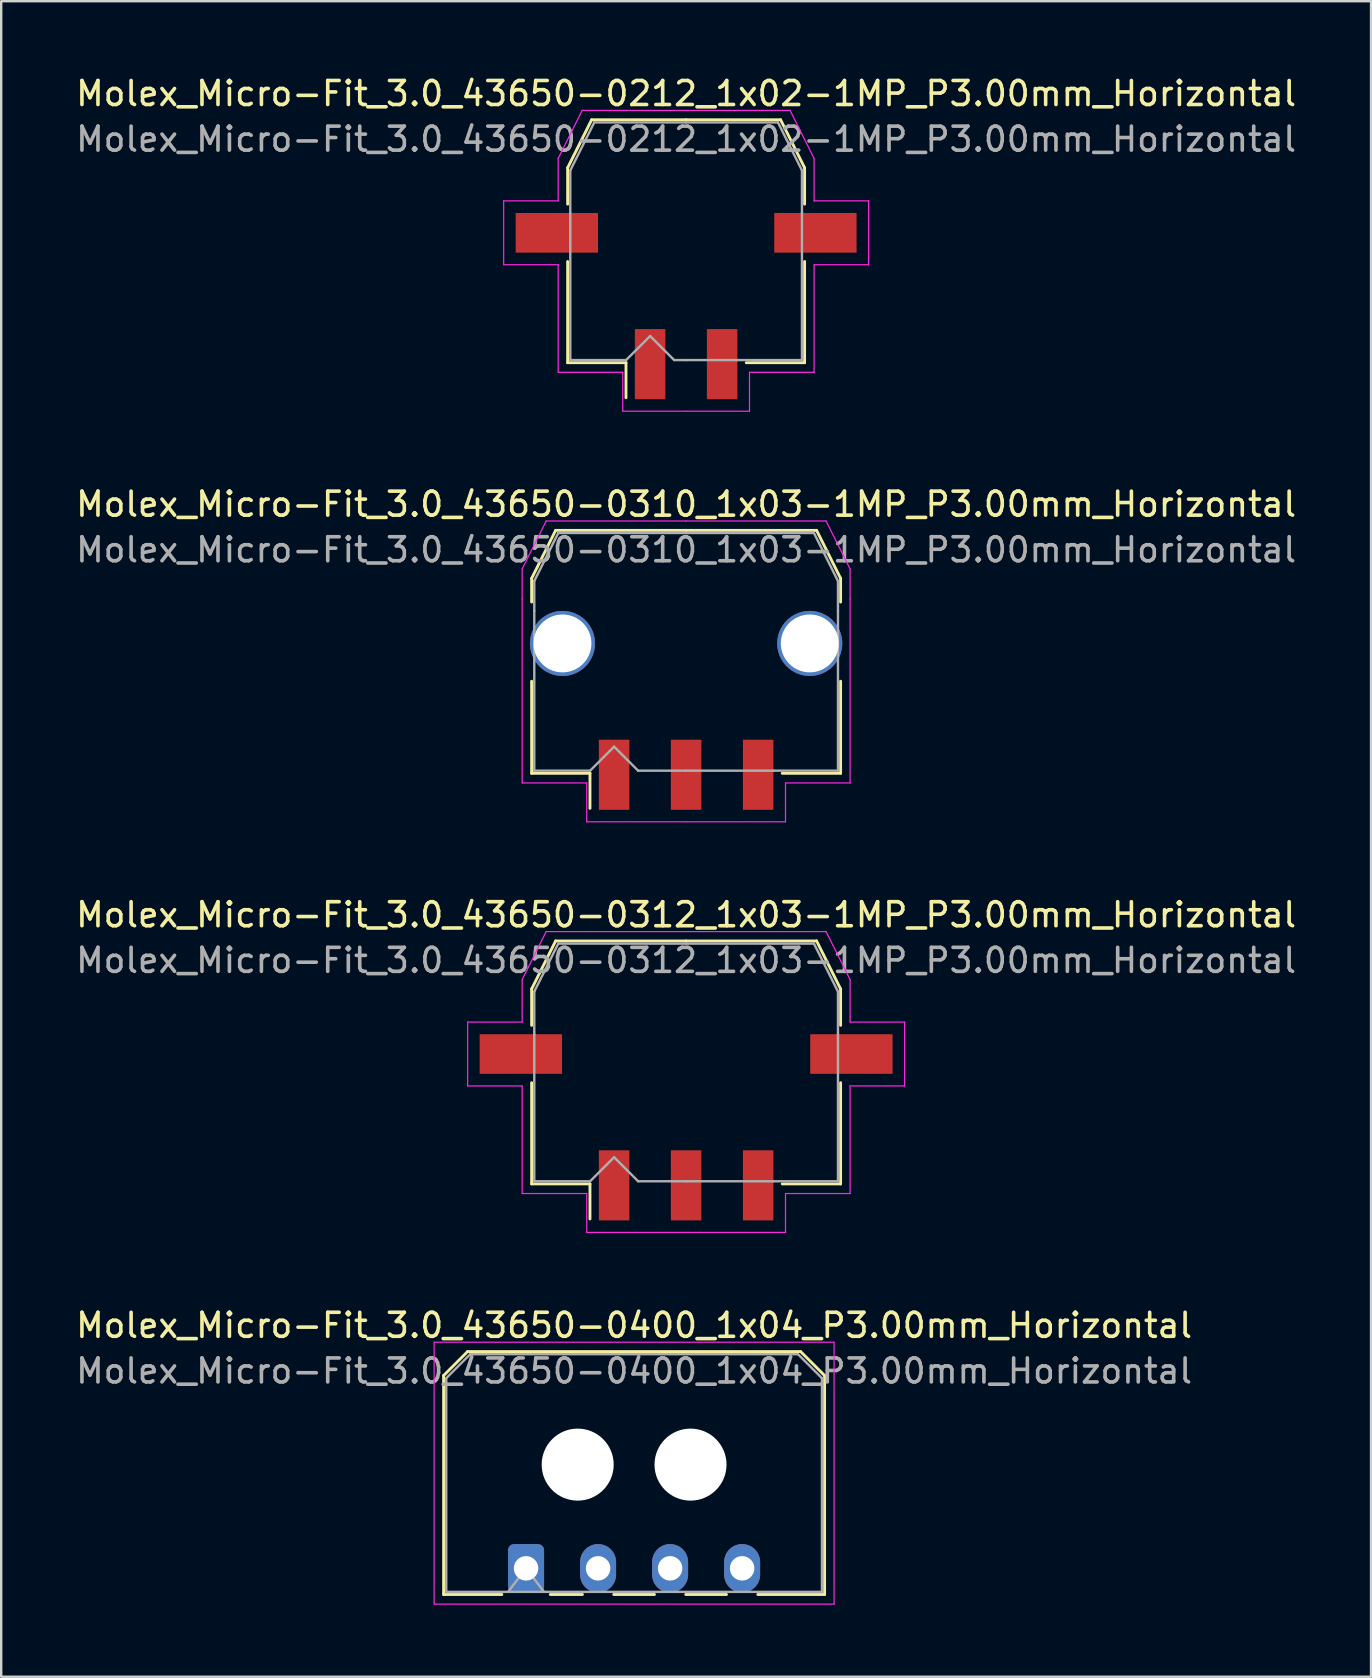
<source format=kicad_pcb>
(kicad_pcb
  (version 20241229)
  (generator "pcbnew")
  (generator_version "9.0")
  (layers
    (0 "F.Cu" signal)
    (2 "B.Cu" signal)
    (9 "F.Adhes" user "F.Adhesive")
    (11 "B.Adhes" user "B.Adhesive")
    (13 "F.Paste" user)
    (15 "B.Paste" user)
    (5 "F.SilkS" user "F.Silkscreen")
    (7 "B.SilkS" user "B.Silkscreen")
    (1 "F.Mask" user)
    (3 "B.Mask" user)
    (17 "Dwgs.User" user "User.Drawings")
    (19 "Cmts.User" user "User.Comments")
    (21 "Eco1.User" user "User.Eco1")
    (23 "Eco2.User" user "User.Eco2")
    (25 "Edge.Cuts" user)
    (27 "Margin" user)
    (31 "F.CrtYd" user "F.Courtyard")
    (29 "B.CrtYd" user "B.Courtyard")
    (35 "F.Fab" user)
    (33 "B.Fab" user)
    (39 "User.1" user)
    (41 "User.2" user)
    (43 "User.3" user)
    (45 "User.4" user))
  (footprint "Molex_Micro-Fit_3.0_43650-0310_1x03-1MP_P3.00mm_Horizontal"
    (layer "F.Cu")
    (at 25.53 24.102)
    (property "Reference" "Molex_Micro-Fit_3.0_43650-0310_1x03-1MP_P3.00mm_Horizontal" (at 0 -6.15 0) (layer "F.SilkS") (effects (font (size 1 1) (thickness 0.15))))
    (attr smd)
    (fp_line (start -6.435 -3.06) (end -6.435 -2.075) (stroke (width 0.12) (type solid)) (layer "F.SilkS"))
    (fp_line (start -6.435 1.225) (end -6.435 5.06) (stroke (width 0.12) (type solid)) (layer "F.SilkS"))
    (fp_line (start -6.435 5.06) (end -4.005 5.06) (stroke (width 0.12) (type solid)) (layer "F.SilkS"))
    (fp_line (start -5.435 -5.06) (end -6.435 -3.06) (stroke (width 0.12) (type solid)) (layer "F.SilkS"))
    (fp_line (start -4.005 5.06) (end -4.005 6.52) (stroke (width 0.12) (type solid)) (layer "F.SilkS"))
    (fp_line (start 0 -5.06) (end -5.435 -5.06) (stroke (width 0.12) (type solid)) (layer "F.SilkS"))
    (fp_line (start 0 -5.06) (end 5.435 -5.06) (stroke (width 0.12) (type solid)) (layer "F.SilkS"))
    (fp_line (start 5.435 -5.06) (end 6.435 -3.06) (stroke (width 0.12) (type solid)) (layer "F.SilkS"))
    (fp_line (start 6.435 -3.06) (end 6.435 -2.075) (stroke (width 0.12) (type solid)) (layer "F.SilkS"))
    (fp_line (start 6.435 1.225) (end 6.435 5.06) (stroke (width 0.12) (type solid)) (layer "F.SilkS"))
    (fp_line (start 6.435 5.06) (end 4.005 5.06) (stroke (width 0.12) (type solid)) (layer "F.SilkS"))
    (fp_line (start -6.83 -3.45) (end -6.83 -2.21) (stroke (width 0.05) (type solid)) (layer "F.CrtYd"))
    (fp_line (start -6.83 -2.21) (end -6.83 5.46) (stroke (width 0.05) (type solid)) (layer "F.CrtYd"))
    (fp_line (start -6.83 5.46) (end -4.14 5.46) (stroke (width 0.05) (type solid)) (layer "F.CrtYd"))
    (fp_line (start -5.83 -5.45) (end -6.83 -3.45) (stroke (width 0.05) (type solid)) (layer "F.CrtYd"))
    (fp_line (start -4.14 5.46) (end -4.14 7.08) (stroke (width 0.05) (type solid)) (layer "F.CrtYd"))
    (fp_line (start -4.14 7.08) (end 0 7.08) (stroke (width 0.05) (type solid)) (layer "F.CrtYd"))
    (fp_line (start 0 -5.45) (end -5.83 -5.45) (stroke (width 0.05) (type solid)) (layer "F.CrtYd"))
    (fp_line (start 0 -5.45) (end 5.83 -5.45) (stroke (width 0.05) (type solid)) (layer "F.CrtYd"))
    (fp_line (start 4.14 5.46) (end 4.14 7.08) (stroke (width 0.05) (type solid)) (layer "F.CrtYd"))
    (fp_line (start 4.14 7.08) (end 0 7.08) (stroke (width 0.05) (type solid)) (layer "F.CrtYd"))
    (fp_line (start 5.83 -5.45) (end 6.83 -3.45) (stroke (width 0.05) (type solid)) (layer "F.CrtYd"))
    (fp_line (start 6.83 -3.45) (end 6.83 -2.21) (stroke (width 0.05) (type solid)) (layer "F.CrtYd"))
    (fp_line (start 6.83 -2.21) (end 6.83 5.46) (stroke (width 0.05) (type solid)) (layer "F.CrtYd"))
    (fp_line (start 6.83 5.46) (end 4.14 5.46) (stroke (width 0.05) (type solid)) (layer "F.CrtYd"))
    (fp_line (start -6.325 -2.95) (end -6.325 -1.705) (stroke (width 0.1) (type solid)) (layer "F.Fab"))
    (fp_line (start -6.325 -1.705) (end -6.325 4.95) (stroke (width 0.1) (type solid)) (layer "F.Fab"))
    (fp_line (start -6.325 4.95) (end -4 4.95) (stroke (width 0.1) (type solid)) (layer "F.Fab"))
    (fp_line (start -5.325 -4.95) (end -6.325 -2.95) (stroke (width 0.1) (type solid)) (layer "F.Fab"))
    (fp_line (start -4 4.95) (end -3 3.95) (stroke (width 0.1) (type solid)) (layer "F.Fab"))
    (fp_line (start -3 3.95) (end -2 4.95) (stroke (width 0.1) (type solid)) (layer "F.Fab"))
    (fp_line (start -2 4.95) (end 0 4.95) (stroke (width 0.1) (type solid)) (layer "F.Fab"))
    (fp_line (start 0 -4.95) (end -5.325 -4.95) (stroke (width 0.1) (type solid)) (layer "F.Fab"))
    (fp_line (start 0 -4.95) (end 5.325 -4.95) (stroke (width 0.1) (type solid)) (layer "F.Fab"))
    (fp_line (start 3.635 4.95) (end 0 4.95) (stroke (width 0.1) (type solid)) (layer "F.Fab"))
    (fp_line (start 5.325 -4.95) (end 6.325 -2.95) (stroke (width 0.1) (type solid)) (layer "F.Fab"))
    (fp_line (start 6.325 -2.95) (end 6.325 -1.705) (stroke (width 0.1) (type solid)) (layer "F.Fab"))
    (fp_line (start 6.325 -1.705) (end 6.325 4.95) (stroke (width 0.1) (type solid)) (layer "F.Fab"))
    (fp_line (start 6.325 4.95) (end 3.635 4.95) (stroke (width 0.1) (type solid)) (layer "F.Fab"))
    (fp_text user "${REFERENCE}" (at 0 -4.25 0) (layer "F.Fab") (effects (font (size 1 1) (thickness 0.15))))
    (pad "1" smd rect (at -3 5.12) (size 1.27 2.92) (layers "F.Cu" "F.Mask" "F.Paste"))
    (pad "2" smd rect (at 0 5.12) (size 1.27 2.92) (layers "F.Cu" "F.Mask" "F.Paste"))
    (pad "3" smd rect (at 3 5.12) (size 1.27 2.92) (layers "F.Cu" "F.Mask" "F.Paste"))
    (pad "MP" thru_hole circle (at -5.15 -0.35) (size 2.71 2.71) (drill 2.41) (property pad_prop_heatsink) (layers "*.Cu" "*.Mask"))
    (pad "MP" thru_hole circle (at 5.15 -0.35) (size 2.71 2.71) (drill 2.41) (property pad_prop_heatsink) (layers "*.Cu" "*.Mask")))
  (footprint "Molex_Micro-Fit_3.0_43650-0400_1x04_P3.00mm_Horizontal"
    (layer "F.Cu")
    (at 18.863 62.278)
    (property "Reference" "Molex_Micro-Fit_3.0_43650-0400_1x04_P3.00mm_Horizontal" (at 4.5 -10.12 0) (layer "F.SilkS") (effects (font (size 1 1) (thickness 0.15))))
    (attr through_hole)
    (fp_line (start -3.435 -8.03) (end -2.435 -9.03) (stroke (width 0.12) (type solid)) (layer "F.SilkS"))
    (fp_line (start -3.435 1.09) (end -3.435 -8.03) (stroke (width 0.12) (type solid)) (layer "F.SilkS"))
    (fp_line (start -3.435 1.09) (end -1.01 1.09) (stroke (width 0.12) (type solid)) (layer "F.SilkS"))
    (fp_line (start -2.435 -9.03) (end 11.435 -9.03) (stroke (width 0.12) (type solid)) (layer "F.SilkS"))
    (fp_line (start 1.01 1.09) (end 2.348 1.09) (stroke (width 0.12) (type solid)) (layer "F.SilkS"))
    (fp_line (start 3.652 1.09) (end 5.348 1.09) (stroke (width 0.12) (type solid)) (layer "F.SilkS"))
    (fp_line (start 6.652 1.09) (end 8.348 1.09) (stroke (width 0.12) (type solid)) (layer "F.SilkS"))
    (fp_line (start 11.435 -9.03) (end 12.435 -8.03) (stroke (width 0.12) (type solid)) (layer "F.SilkS"))
    (fp_line (start 12.435 -8.03) (end 12.435 1.09) (stroke (width 0.12) (type solid)) (layer "F.SilkS"))
    (fp_line (start 12.435 1.09) (end 9.652 1.09) (stroke (width 0.12) (type solid)) (layer "F.SilkS"))
    (fp_line (start -3.83 -9.42) (end 12.83 -9.42) (stroke (width 0.05) (type solid)) (layer "F.CrtYd"))
    (fp_line (start -3.83 1.49) (end -3.83 -9.42) (stroke (width 0.05) (type solid)) (layer "F.CrtYd"))
    (fp_line (start 12.83 -9.42) (end 12.83 1.49) (stroke (width 0.05) (type solid)) (layer "F.CrtYd"))
    (fp_line (start 12.83 1.49) (end -3.83 1.49) (stroke (width 0.05) (type solid)) (layer "F.CrtYd"))
    (fp_line (start -3.325 -7.92) (end -2.325 -8.92) (stroke (width 0.1) (type solid)) (layer "F.Fab"))
    (fp_line (start -3.325 0.98) (end -3.325 -7.92) (stroke (width 0.1) (type solid)) (layer "F.Fab"))
    (fp_line (start -2.325 -8.92) (end 11.325 -8.92) (stroke (width 0.1) (type solid)) (layer "F.Fab"))
    (fp_line (start -0.75 0.98) (end 0 0) (stroke (width 0.1) (type solid)) (layer "F.Fab"))
    (fp_line (start 0 0) (end 0.75 0.98) (stroke (width 0.1) (type solid)) (layer "F.Fab"))
    (fp_line (start 11.325 -8.92) (end 12.325 -7.92) (stroke (width 0.1) (type solid)) (layer "F.Fab"))
    (fp_line (start 12.325 -7.92) (end 12.325 0.98) (stroke (width 0.1) (type solid)) (layer "F.Fab"))
    (fp_line (start 12.325 0.98) (end -3.325 0.98) (stroke (width 0.1) (type solid)) (layer "F.Fab"))
    (fp_text user "${REFERENCE}" (at 4.5 -8.22 0) (layer "F.Fab") (effects (font (size 1 1) (thickness 0.15))))
    (pad "" np_thru_hole circle (at 2.15 -4.32) (size 3 3) (drill 3) (layers "*.Cu" "*.Mask"))
    (pad "" np_thru_hole circle (at 6.85 -4.32) (size 3 3) (drill 3) (layers "*.Cu" "*.Mask"))
    (pad "1" thru_hole roundrect (at 0 0) (size 1.5 2.02) (drill 1.02) (layers "*.Cu" "*.Mask") (roundrect_rratio 0.167))
    (pad "2" thru_hole oval (at 3 0) (size 1.5 2.02) (drill 1.02) (layers "*.Cu" "*.Mask"))
    (pad "3" thru_hole oval (at 6 0) (size 1.5 2.02) (drill 1.02) (layers "*.Cu" "*.Mask"))
    (pad "4" thru_hole oval (at 9 0) (size 1.5 2.02) (drill 1.02) (layers "*.Cu" "*.Mask")))
  (footprint "Molex_Micro-Fit_3.0_43650-0212_1x02-1MP_P3.00mm_Horizontal"
    (layer "F.Cu")
    (at 25.53 6.998)
    (property "Reference" "Molex_Micro-Fit_3.0_43650-0212_1x02-1MP_P3.00mm_Horizontal" (at 0 -6.15 0) (layer "F.SilkS") (effects (font (size 1 1) (thickness 0.15))))
    (attr smd)
    (fp_line (start -4.935 -3.06) (end -4.935 -1.545) (stroke (width 0.12) (type solid)) (layer "F.SilkS"))
    (fp_line (start -4.935 0.845) (end -4.935 5.06) (stroke (width 0.12) (type solid)) (layer "F.SilkS"))
    (fp_line (start -4.935 5.06) (end -2.505 5.06) (stroke (width 0.12) (type solid)) (layer "F.SilkS"))
    (fp_line (start -3.935 -5.06) (end -4.935 -3.06) (stroke (width 0.12) (type solid)) (layer "F.SilkS"))
    (fp_line (start -2.505 5.06) (end -2.505 6.52) (stroke (width 0.12) (type solid)) (layer "F.SilkS"))
    (fp_line (start 0 -5.06) (end -3.935 -5.06) (stroke (width 0.12) (type solid)) (layer "F.SilkS"))
    (fp_line (start 0 -5.06) (end 3.935 -5.06) (stroke (width 0.12) (type solid)) (layer "F.SilkS"))
    (fp_line (start 3.935 -5.06) (end 4.935 -3.06) (stroke (width 0.12) (type solid)) (layer "F.SilkS"))
    (fp_line (start 4.935 -3.06) (end 4.935 -1.545) (stroke (width 0.12) (type solid)) (layer "F.SilkS"))
    (fp_line (start 4.935 0.845) (end 4.935 5.06) (stroke (width 0.12) (type solid)) (layer "F.SilkS"))
    (fp_line (start 4.935 5.06) (end 2.505 5.06) (stroke (width 0.12) (type solid)) (layer "F.SilkS"))
    (fp_line (start -7.6 -1.68) (end -7.6 0.98) (stroke (width 0.05) (type solid)) (layer "F.CrtYd"))
    (fp_line (start -7.6 0.98) (end -5.33 0.98) (stroke (width 0.05) (type solid)) (layer "F.CrtYd"))
    (fp_line (start -5.33 -3.45) (end -5.33 -1.68) (stroke (width 0.05) (type solid)) (layer "F.CrtYd"))
    (fp_line (start -5.33 -1.68) (end -7.6 -1.68) (stroke (width 0.05) (type solid)) (layer "F.CrtYd"))
    (fp_line (start -5.33 0.98) (end -5.33 5.46) (stroke (width 0.05) (type solid)) (layer "F.CrtYd"))
    (fp_line (start -5.33 5.46) (end -2.64 5.46) (stroke (width 0.05) (type solid)) (layer "F.CrtYd"))
    (fp_line (start -4.33 -5.45) (end -5.33 -3.45) (stroke (width 0.05) (type solid)) (layer "F.CrtYd"))
    (fp_line (start -2.64 5.46) (end -2.64 7.08) (stroke (width 0.05) (type solid)) (layer "F.CrtYd"))
    (fp_line (start -2.64 7.08) (end 0 7.08) (stroke (width 0.05) (type solid)) (layer "F.CrtYd"))
    (fp_line (start 0 -5.45) (end -4.33 -5.45) (stroke (width 0.05) (type solid)) (layer "F.CrtYd"))
    (fp_line (start 0 -5.45) (end 4.33 -5.45) (stroke (width 0.05) (type solid)) (layer "F.CrtYd"))
    (fp_line (start 2.64 5.46) (end 2.64 7.08) (stroke (width 0.05) (type solid)) (layer "F.CrtYd"))
    (fp_line (start 2.64 7.08) (end 0 7.08) (stroke (width 0.05) (type solid)) (layer "F.CrtYd"))
    (fp_line (start 4.33 -5.45) (end 5.33 -3.45) (stroke (width 0.05) (type solid)) (layer "F.CrtYd"))
    (fp_line (start 5.33 -3.45) (end 5.33 -1.68) (stroke (width 0.05) (type solid)) (layer "F.CrtYd"))
    (fp_line (start 5.33 -1.68) (end 7.6 -1.68) (stroke (width 0.05) (type solid)) (layer "F.CrtYd"))
    (fp_line (start 5.33 0.98) (end 5.33 5.46) (stroke (width 0.05) (type solid)) (layer "F.CrtYd"))
    (fp_line (start 5.33 5.46) (end 2.64 5.46) (stroke (width 0.05) (type solid)) (layer "F.CrtYd"))
    (fp_line (start 7.6 -1.68) (end 7.6 0.98) (stroke (width 0.05) (type solid)) (layer "F.CrtYd"))
    (fp_line (start 7.6 0.98) (end 5.33 0.98) (stroke (width 0.05) (type solid)) (layer "F.CrtYd"))
    (fp_line (start -4.825 -2.95) (end -4.825 -1.175) (stroke (width 0.1) (type solid)) (layer "F.Fab"))
    (fp_line (start -4.825 -1.175) (end -4.825 4.95) (stroke (width 0.1) (type solid)) (layer "F.Fab"))
    (fp_line (start -4.825 4.95) (end -2.5 4.95) (stroke (width 0.1) (type solid)) (layer "F.Fab"))
    (fp_line (start -3.825 -4.95) (end -4.825 -2.95) (stroke (width 0.1) (type solid)) (layer "F.Fab"))
    (fp_line (start -2.5 4.95) (end -1.5 3.95) (stroke (width 0.1) (type solid)) (layer "F.Fab"))
    (fp_line (start -1.5 3.95) (end -0.5 4.95) (stroke (width 0.1) (type solid)) (layer "F.Fab"))
    (fp_line (start -0.5 4.95) (end 0 4.95) (stroke (width 0.1) (type solid)) (layer "F.Fab"))
    (fp_line (start 0 -4.95) (end -3.825 -4.95) (stroke (width 0.1) (type solid)) (layer "F.Fab"))
    (fp_line (start 0 -4.95) (end 3.825 -4.95) (stroke (width 0.1) (type solid)) (layer "F.Fab"))
    (fp_line (start 2.135 4.95) (end 0 4.95) (stroke (width 0.1) (type solid)) (layer "F.Fab"))
    (fp_line (start 3.825 -4.95) (end 4.825 -2.95) (stroke (width 0.1) (type solid)) (layer "F.Fab"))
    (fp_line (start 4.825 -2.95) (end 4.825 -1.175) (stroke (width 0.1) (type solid)) (layer "F.Fab"))
    (fp_line (start 4.825 -1.175) (end 4.825 4.95) (stroke (width 0.1) (type solid)) (layer "F.Fab"))
    (fp_line (start 4.825 4.95) (end 2.135 4.95) (stroke (width 0.1) (type solid)) (layer "F.Fab"))
    (fp_text user "${REFERENCE}" (at 0 -4.25 0) (layer "F.Fab") (effects (font (size 1 1) (thickness 0.15))))
    (pad "1" smd rect (at -1.5 5.12) (size 1.27 2.92) (layers "F.Cu" "F.Mask" "F.Paste"))
    (pad "2" smd rect (at 1.5 5.12) (size 1.27 2.92) (layers "F.Cu" "F.Mask" "F.Paste"))
    (pad "MP" smd rect (at -5.385 -0.35) (size 3.43 1.65) (layers "F.Cu" "F.Mask" "F.Paste"))
    (pad "MP" smd rect (at 5.385 -0.35) (size 3.43 1.65) (layers "F.Cu" "F.Mask" "F.Paste")))
  (footprint "Molex_Micro-Fit_3.0_43650-0312_1x03-1MP_P3.00mm_Horizontal"
    (layer "F.Cu")
    (at 25.53 41.205)
    (property "Reference" "Molex_Micro-Fit_3.0_43650-0312_1x03-1MP_P3.00mm_Horizontal" (at 0 -6.15 0) (layer "F.SilkS") (effects (font (size 1 1) (thickness 0.15))))
    (attr smd)
    (fp_line (start -6.435 -3.06) (end -6.435 -1.545) (stroke (width 0.12) (type solid)) (layer "F.SilkS"))
    (fp_line (start -6.435 0.845) (end -6.435 5.06) (stroke (width 0.12) (type solid)) (layer "F.SilkS"))
    (fp_line (start -6.435 5.06) (end -4.005 5.06) (stroke (width 0.12) (type solid)) (layer "F.SilkS"))
    (fp_line (start -5.435 -5.06) (end -6.435 -3.06) (stroke (width 0.12) (type solid)) (layer "F.SilkS"))
    (fp_line (start -4.005 5.06) (end -4.005 6.52) (stroke (width 0.12) (type solid)) (layer "F.SilkS"))
    (fp_line (start 0 -5.06) (end -5.435 -5.06) (stroke (width 0.12) (type solid)) (layer "F.SilkS"))
    (fp_line (start 0 -5.06) (end 5.435 -5.06) (stroke (width 0.12) (type solid)) (layer "F.SilkS"))
    (fp_line (start 5.435 -5.06) (end 6.435 -3.06) (stroke (width 0.12) (type solid)) (layer "F.SilkS"))
    (fp_line (start 6.435 -3.06) (end 6.435 -1.545) (stroke (width 0.12) (type solid)) (layer "F.SilkS"))
    (fp_line (start 6.435 0.845) (end 6.435 5.06) (stroke (width 0.12) (type solid)) (layer "F.SilkS"))
    (fp_line (start 6.435 5.06) (end 4.005 5.06) (stroke (width 0.12) (type solid)) (layer "F.SilkS"))
    (fp_line (start -9.1 -1.68) (end -9.1 0.98) (stroke (width 0.05) (type solid)) (layer "F.CrtYd"))
    (fp_line (start -9.1 0.98) (end -6.83 0.98) (stroke (width 0.05) (type solid)) (layer "F.CrtYd"))
    (fp_line (start -6.83 -3.45) (end -6.83 -1.68) (stroke (width 0.05) (type solid)) (layer "F.CrtYd"))
    (fp_line (start -6.83 -1.68) (end -9.1 -1.68) (stroke (width 0.05) (type solid)) (layer "F.CrtYd"))
    (fp_line (start -6.83 0.98) (end -6.83 5.46) (stroke (width 0.05) (type solid)) (layer "F.CrtYd"))
    (fp_line (start -6.83 5.46) (end -4.14 5.46) (stroke (width 0.05) (type solid)) (layer "F.CrtYd"))
    (fp_line (start -5.83 -5.45) (end -6.83 -3.45) (stroke (width 0.05) (type solid)) (layer "F.CrtYd"))
    (fp_line (start -4.14 5.46) (end -4.14 7.08) (stroke (width 0.05) (type solid)) (layer "F.CrtYd"))
    (fp_line (start -4.14 7.08) (end 0 7.08) (stroke (width 0.05) (type solid)) (layer "F.CrtYd"))
    (fp_line (start 0 -5.45) (end -5.83 -5.45) (stroke (width 0.05) (type solid)) (layer "F.CrtYd"))
    (fp_line (start 0 -5.45) (end 5.83 -5.45) (stroke (width 0.05) (type solid)) (layer "F.CrtYd"))
    (fp_line (start 4.14 5.46) (end 4.14 7.08) (stroke (width 0.05) (type solid)) (layer "F.CrtYd"))
    (fp_line (start 4.14 7.08) (end 0 7.08) (stroke (width 0.05) (type solid)) (layer "F.CrtYd"))
    (fp_line (start 5.83 -5.45) (end 6.83 -3.45) (stroke (width 0.05) (type solid)) (layer "F.CrtYd"))
    (fp_line (start 6.83 -3.45) (end 6.83 -1.68) (stroke (width 0.05) (type solid)) (layer "F.CrtYd"))
    (fp_line (start 6.83 -1.68) (end 9.1 -1.68) (stroke (width 0.05) (type solid)) (layer "F.CrtYd"))
    (fp_line (start 6.83 0.98) (end 6.83 5.46) (stroke (width 0.05) (type solid)) (layer "F.CrtYd"))
    (fp_line (start 6.83 5.46) (end 4.14 5.46) (stroke (width 0.05) (type solid)) (layer "F.CrtYd"))
    (fp_line (start 9.1 -1.68) (end 9.1 0.98) (stroke (width 0.05) (type solid)) (layer "F.CrtYd"))
    (fp_line (start 9.1 0.98) (end 6.83 0.98) (stroke (width 0.05) (type solid)) (layer "F.CrtYd"))
    (fp_line (start -6.325 -2.95) (end -6.325 -1.175) (stroke (width 0.1) (type solid)) (layer "F.Fab"))
    (fp_line (start -6.325 -1.175) (end -6.325 4.95) (stroke (width 0.1) (type solid)) (layer "F.Fab"))
    (fp_line (start -6.325 4.95) (end -4 4.95) (stroke (width 0.1) (type solid)) (layer "F.Fab"))
    (fp_line (start -5.325 -4.95) (end -6.325 -2.95) (stroke (width 0.1) (type solid)) (layer "F.Fab"))
    (fp_line (start -4 4.95) (end -3 3.95) (stroke (width 0.1) (type solid)) (layer "F.Fab"))
    (fp_line (start -3 3.95) (end -2 4.95) (stroke (width 0.1) (type solid)) (layer "F.Fab"))
    (fp_line (start -2 4.95) (end 0 4.95) (stroke (width 0.1) (type solid)) (layer "F.Fab"))
    (fp_line (start 0 -4.95) (end -5.325 -4.95) (stroke (width 0.1) (type solid)) (layer "F.Fab"))
    (fp_line (start 0 -4.95) (end 5.325 -4.95) (stroke (width 0.1) (type solid)) (layer "F.Fab"))
    (fp_line (start 3.635 4.95) (end 0 4.95) (stroke (width 0.1) (type solid)) (layer "F.Fab"))
    (fp_line (start 5.325 -4.95) (end 6.325 -2.95) (stroke (width 0.1) (type solid)) (layer "F.Fab"))
    (fp_line (start 6.325 -2.95) (end 6.325 -1.175) (stroke (width 0.1) (type solid)) (layer "F.Fab"))
    (fp_line (start 6.325 -1.175) (end 6.325 4.95) (stroke (width 0.1) (type solid)) (layer "F.Fab"))
    (fp_line (start 6.325 4.95) (end 3.635 4.95) (stroke (width 0.1) (type solid)) (layer "F.Fab"))
    (fp_text user "${REFERENCE}" (at 0 -4.25 0) (layer "F.Fab") (effects (font (size 1 1) (thickness 0.15))))
    (pad "1" smd rect (at -3 5.12) (size 1.27 2.92) (layers "F.Cu" "F.Mask" "F.Paste"))
    (pad "2" smd rect (at 0 5.12) (size 1.27 2.92) (layers "F.Cu" "F.Mask" "F.Paste"))
    (pad "3" smd rect (at 3 5.12) (size 1.27 2.92) (layers "F.Cu" "F.Mask" "F.Paste"))
    (pad "MP" smd rect (at -6.885 -0.35) (size 3.43 1.65) (layers "F.Cu" "F.Mask" "F.Paste"))
    (pad "MP" smd rect (at 6.885 -0.35) (size 3.43 1.65) (layers "F.Cu" "F.Mask" "F.Paste")))
  (gr_rect
    (start -3 -3)
    (end 54.06 66.793)
    (stroke (width 0.1) (type default))
    (fill no)
    (layer "Edge.Cuts")))
</source>
